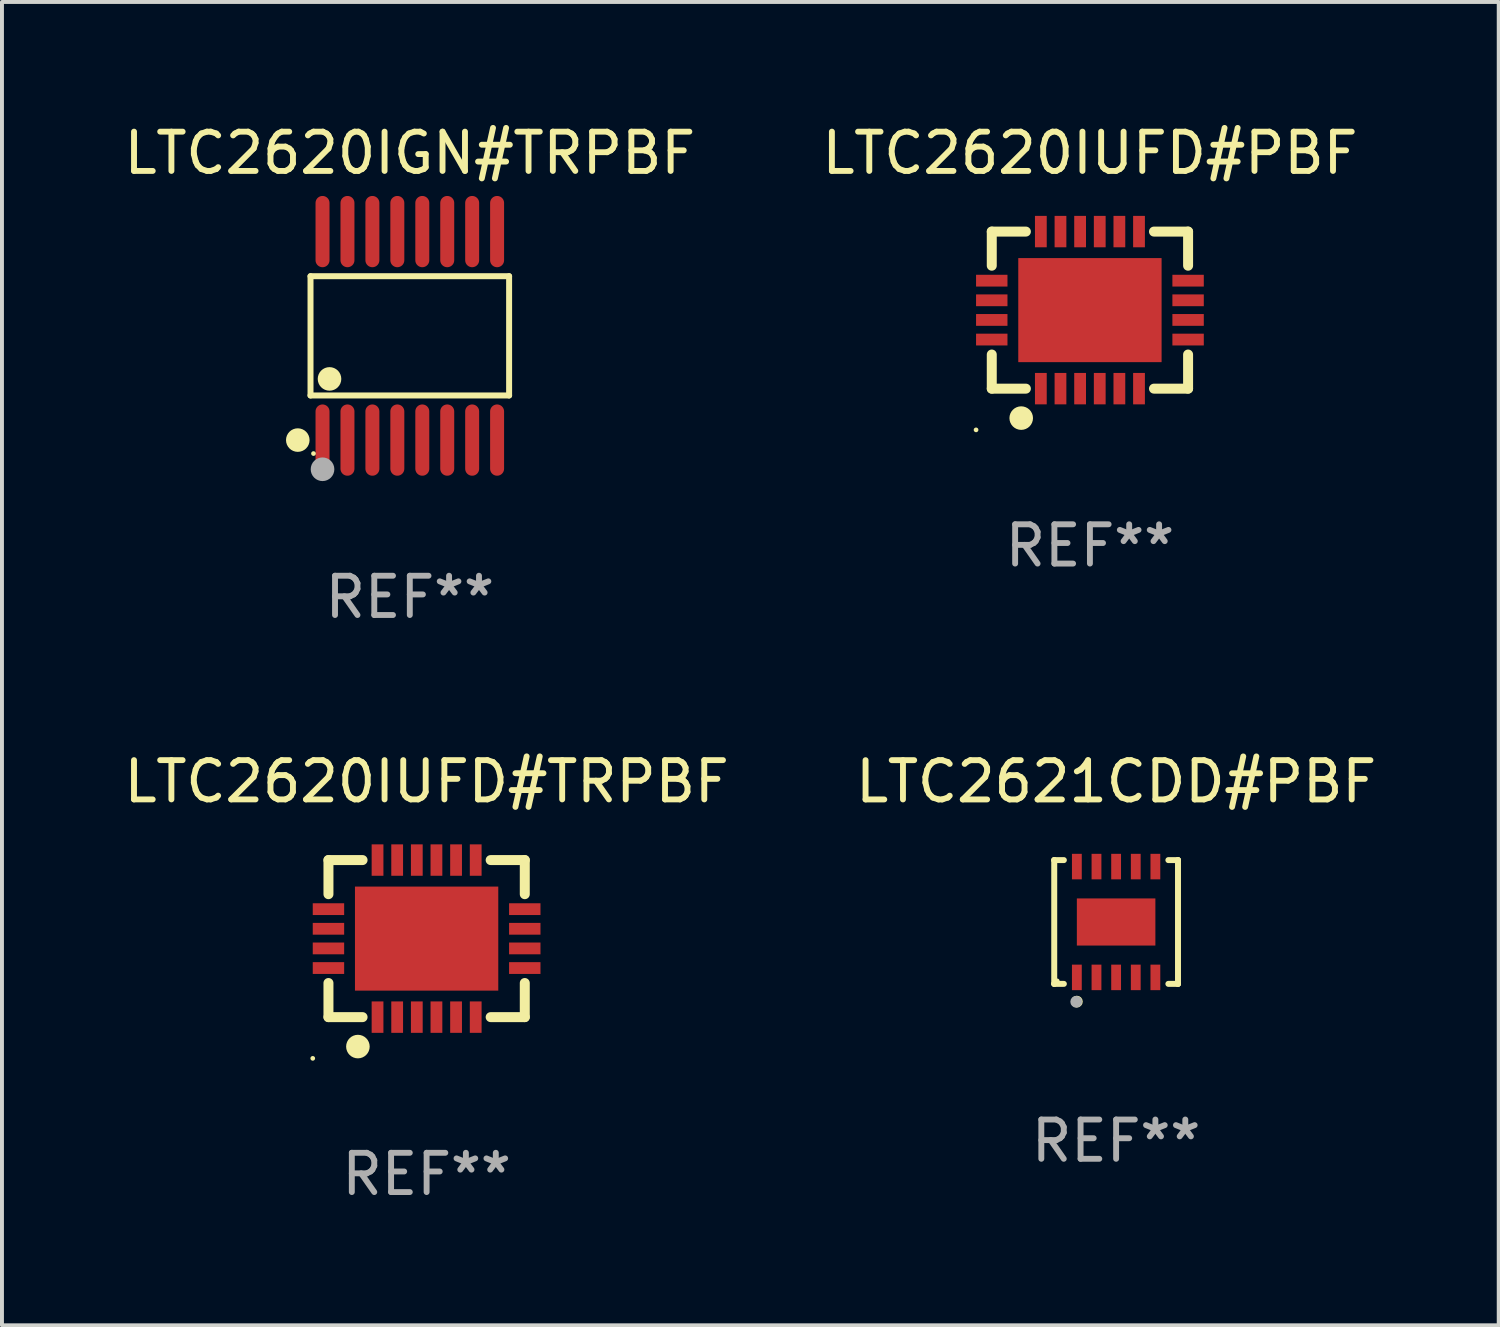
<source format=kicad_pcb>
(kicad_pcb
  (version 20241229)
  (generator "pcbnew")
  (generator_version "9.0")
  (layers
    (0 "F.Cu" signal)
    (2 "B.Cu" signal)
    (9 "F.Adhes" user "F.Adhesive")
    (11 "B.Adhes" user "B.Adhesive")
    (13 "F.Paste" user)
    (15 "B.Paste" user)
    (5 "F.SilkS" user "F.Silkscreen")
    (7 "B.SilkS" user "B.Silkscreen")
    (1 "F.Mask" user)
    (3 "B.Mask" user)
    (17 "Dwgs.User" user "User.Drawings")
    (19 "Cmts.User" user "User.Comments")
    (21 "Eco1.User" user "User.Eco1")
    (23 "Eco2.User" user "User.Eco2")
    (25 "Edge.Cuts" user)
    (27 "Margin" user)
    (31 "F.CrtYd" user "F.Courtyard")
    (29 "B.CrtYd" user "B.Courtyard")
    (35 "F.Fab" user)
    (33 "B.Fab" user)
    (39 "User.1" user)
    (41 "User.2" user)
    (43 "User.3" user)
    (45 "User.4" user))
  (footprint "LTC2621CDD#PBF"
    (layer "F.Cu")
    (at 25.375 20.431)
    (property "Reference" "LTC2621CDD#PBF" (at 0 -3.576 0) (layer "F.SilkS") (effects (font (size 1 1) (thickness 0.15))))
    (attr through_hole)
    (fp_line (start -1.576 -1.576) (end -1.576 -1.576) (stroke (width 0.152) (type solid)) (layer "F.SilkS"))
    (fp_line (start -1.576 -1.576) (end -1.331 -1.576) (stroke (width 0.152) (type solid)) (layer "F.SilkS"))
    (fp_line (start -1.576 1.576) (end -1.576 -1.576) (stroke (width 0.152) (type solid)) (layer "F.SilkS"))
    (fp_line (start -1.576 1.576) (end -1.576 1.576) (stroke (width 0.152) (type solid)) (layer "F.SilkS"))
    (fp_line (start -1.331 1.576) (end -1.576 1.576) (stroke (width 0.152) (type solid)) (layer "F.SilkS"))
    (fp_line (start 1.331 1.576) (end 1.576 1.576) (stroke (width 0.152) (type solid)) (layer "F.SilkS"))
    (fp_line (start 1.576 -1.576) (end 1.331 -1.576) (stroke (width 0.152) (type solid)) (layer "F.SilkS"))
    (fp_line (start 1.576 -1.576) (end 1.576 -1.576) (stroke (width 0.152) (type solid)) (layer "F.SilkS"))
    (fp_line (start 1.576 1.576) (end 1.576 -1.576) (stroke (width 0.152) (type solid)) (layer "F.SilkS"))
    (fp_line (start 1.576 1.576) (end 1.576 1.576) (stroke (width 0.152) (type solid)) (layer "F.SilkS"))
    (fp_circle (center -1.5 1.5) (end -1.47 1.5) (stroke (width 0.06) (type solid)) (fill no) (layer "F.SilkS"))
    (fp_circle (center -1 2.028) (end -0.925 2.028) (stroke (width 0.15) (type solid)) (fill no) (layer "F.SilkS"))
    (fp_circle (center -1.016 2.032) (end -0.941 2.032) (stroke (width 0.15) (type solid)) (fill no) (layer "F.Fab"))
    (fp_text user "REF**" (at 0 5.576 0) (layer "F.Fab") (effects (font (size 1 1) (thickness 0.15))))
    (pad "1" smd rect (at -1 1.411) (size 0.25 0.65) (layers "F.Cu" "F.Mask" "F.Paste"))
    (pad "2" smd rect (at -0.5 1.411) (size 0.25 0.65) (layers "F.Cu" "F.Mask" "F.Paste"))
    (pad "3" smd rect (at 0 1.411) (size 0.25 0.65) (layers "F.Cu" "F.Mask" "F.Paste"))
    (pad "4" smd rect (at 0.5 1.411) (size 0.25 0.65) (layers "F.Cu" "F.Mask" "F.Paste"))
    (pad "5" smd rect (at 1 1.411) (size 0.25 0.65) (layers "F.Cu" "F.Mask" "F.Paste"))
    (pad "6" smd rect (at 1 -1.411) (size 0.25 0.65) (layers "F.Cu" "F.Mask" "F.Paste"))
    (pad "7" smd rect (at 0.5 -1.411) (size 0.25 0.65) (layers "F.Cu" "F.Mask" "F.Paste"))
    (pad "8" smd rect (at 0 -1.411) (size 0.25 0.65) (layers "F.Cu" "F.Mask" "F.Paste"))
    (pad "9" smd rect (at -0.5 -1.411) (size 0.25 0.65) (layers "F.Cu" "F.Mask" "F.Paste"))
    (pad "10" smd rect (at -1 -1.411) (size 0.25 0.65) (layers "F.Cu" "F.Mask" "F.Paste"))
    (pad "11" smd rect (at 0 0) (size 2 1.2) (layers "F.Cu" "F.Mask" "F.Paste")))
  (footprint "LTC2620IUFD#PBF"
    (layer "F.Cu")
    (at 24.708 4.848)
    (property "Reference" "LTC2620IUFD#PBF" (at 0 -4 0) (layer "F.SilkS") (effects (font (size 1 1) (thickness 0.15))))
    (attr through_hole)
    (fp_line (start -2.5 -2) (end -1.631 -2) (stroke (width 0.254) (type solid)) (layer "F.SilkS"))
    (fp_line (start -2.5 -1.131) (end -2.5 -2) (stroke (width 0.254) (type solid)) (layer "F.SilkS"))
    (fp_line (start -2.5 2) (end -2.5 1.131) (stroke (width 0.254) (type solid)) (layer "F.SilkS"))
    (fp_line (start -1.631 2) (end -2.5 2) (stroke (width 0.254) (type solid)) (layer "F.SilkS"))
    (fp_line (start 1.631 -2) (end 2.5 -2) (stroke (width 0.254) (type solid)) (layer "F.SilkS"))
    (fp_line (start 2.5 -2) (end 2.5 -1.131) (stroke (width 0.254) (type solid)) (layer "F.SilkS"))
    (fp_line (start 2.5 1.131) (end 2.5 2) (stroke (width 0.254) (type solid)) (layer "F.SilkS"))
    (fp_line (start 2.5 2) (end 1.631 2) (stroke (width 0.254) (type solid)) (layer "F.SilkS"))
    (fp_circle (center -2.9 3.05) (end -2.87 3.05) (stroke (width 0.06) (type solid)) (fill no) (layer "F.SilkS"))
    (fp_circle (center -1.75 2.75) (end -1.6 2.75) (stroke (width 0.3) (type solid)) (fill no) (layer "F.SilkS"))
    (fp_text user "REF**" (at 0 6 0) (layer "F.Fab") (effects (font (size 1 1) (thickness 0.15))))
    (pad "1" smd rect (at -1.25 2 90) (size 0.8 0.3) (layers "F.Cu" "F.Mask" "F.Paste"))
    (pad "2" smd rect (at -0.75 2 90) (size 0.8 0.3) (layers "F.Cu" "F.Mask" "F.Paste"))
    (pad "3" smd rect (at -0.25 2 90) (size 0.8 0.3) (layers "F.Cu" "F.Mask" "F.Paste"))
    (pad "4" smd rect (at 0.25 2 90) (size 0.8 0.3) (layers "F.Cu" "F.Mask" "F.Paste"))
    (pad "5" smd rect (at 0.75 2 90) (size 0.8 0.3) (layers "F.Cu" "F.Mask" "F.Paste"))
    (pad "6" smd rect (at 1.25 2 90) (size 0.8 0.3) (layers "F.Cu" "F.Mask" "F.Paste"))
    (pad "7" smd rect (at 2.5 0.75 180) (size 0.8 0.3) (layers "F.Cu" "F.Mask" "F.Paste"))
    (pad "8" smd rect (at 2.5 0.25 180) (size 0.8 0.3) (layers "F.Cu" "F.Mask" "F.Paste"))
    (pad "9" smd rect (at 2.5 -0.25 180) (size 0.8 0.3) (layers "F.Cu" "F.Mask" "F.Paste"))
    (pad "10" smd rect (at 2.5 -0.75 180) (size 0.8 0.3) (layers "F.Cu" "F.Mask" "F.Paste"))
    (pad "11" smd rect (at 1.25 -2 270) (size 0.8 0.3) (layers "F.Cu" "F.Mask" "F.Paste"))
    (pad "12" smd rect (at 0.75 -2 270) (size 0.8 0.3) (layers "F.Cu" "F.Mask" "F.Paste"))
    (pad "13" smd rect (at 0.25 -2 270) (size 0.8 0.3) (layers "F.Cu" "F.Mask" "F.Paste"))
    (pad "14" smd rect (at -0.25 -2 270) (size 0.8 0.3) (layers "F.Cu" "F.Mask" "F.Paste"))
    (pad "15" smd rect (at -0.75 -2 270) (size 0.8 0.3) (layers "F.Cu" "F.Mask" "F.Paste"))
    (pad "16" smd rect (at -1.25 -2 270) (size 0.8 0.3) (layers "F.Cu" "F.Mask" "F.Paste"))
    (pad "17" smd rect (at -2.5 -0.75) (size 0.8 0.3) (layers "F.Cu" "F.Mask" "F.Paste"))
    (pad "18" smd rect (at -2.5 -0.25) (size 0.8 0.3) (layers "F.Cu" "F.Mask" "F.Paste"))
    (pad "19" smd rect (at -2.5 0.25) (size 0.8 0.3) (layers "F.Cu" "F.Mask" "F.Paste"))
    (pad "20" smd rect (at -2.5 0.75) (size 0.8 0.3) (layers "F.Cu" "F.Mask" "F.Paste"))
    (pad "21" smd rect (at 0 0) (size 3.65 2.65) (layers "F.Cu" "F.Mask" "F.Paste")))
  (footprint "LTC2620IGN#TRPBF"
    (layer "F.Cu")
    (at 7.387 5.503)
    (property "Reference" "LTC2620IGN#TRPBF" (at 0 -4.655 0) (layer "F.SilkS") (effects (font (size 1 1) (thickness 0.15))))
    (attr through_hole)
    (fp_line (start -2.529 -1.519) (end 2.529 -1.519) (stroke (width 0.152) (type solid)) (layer "F.SilkS"))
    (fp_line (start -2.529 1.519) (end -2.529 -1.519) (stroke (width 0.152) (type solid)) (layer "F.SilkS"))
    (fp_line (start 2.529 -1.519) (end 2.529 1.519) (stroke (width 0.152) (type solid)) (layer "F.SilkS"))
    (fp_line (start 2.529 1.519) (end -2.529 1.519) (stroke (width 0.152) (type solid)) (layer "F.SilkS"))
    (fp_circle (center -2.853 2.655) (end -2.703 2.655) (stroke (width 0.3) (type solid)) (fill no) (layer "F.SilkS"))
    (fp_circle (center -2.453 2.998) (end -2.423 2.998) (stroke (width 0.06) (type solid)) (fill no) (layer "F.SilkS"))
    (fp_circle (center -2.045 1.097) (end -1.895 1.097) (stroke (width 0.3) (type solid)) (fill no) (layer "F.SilkS"))
    (fp_circle (center -2.223 3.398) (end -2.072 3.398) (stroke (width 0.3) (type solid)) (fill no) (layer "F.Fab"))
    (fp_text user "REF**" (at 0 6.655 0) (layer "F.Fab") (effects (font (size 1 1) (thickness 0.15))))
    (pad "1" smd oval (at -2.223 2.655) (size 0.356 1.815) (layers "F.Cu" "F.Mask" "F.Paste"))
    (pad "2" smd oval (at -1.588 2.655) (size 0.356 1.815) (layers "F.Cu" "F.Mask" "F.Paste"))
    (pad "3" smd oval (at -0.953 2.655) (size 0.356 1.815) (layers "F.Cu" "F.Mask" "F.Paste"))
    (pad "4" smd oval (at -0.318 2.655) (size 0.356 1.815) (layers "F.Cu" "F.Mask" "F.Paste"))
    (pad "5" smd oval (at 0.318 2.655) (size 0.356 1.815) (layers "F.Cu" "F.Mask" "F.Paste"))
    (pad "6" smd oval (at 0.953 2.655) (size 0.356 1.815) (layers "F.Cu" "F.Mask" "F.Paste"))
    (pad "7" smd oval (at 1.588 2.655) (size 0.356 1.815) (layers "F.Cu" "F.Mask" "F.Paste"))
    (pad "8" smd oval (at 2.223 2.655) (size 0.356 1.815) (layers "F.Cu" "F.Mask" "F.Paste"))
    (pad "9" smd oval (at 2.223 -2.655) (size 0.356 1.815) (layers "F.Cu" "F.Mask" "F.Paste"))
    (pad "10" smd oval (at 1.588 -2.655) (size 0.356 1.815) (layers "F.Cu" "F.Mask" "F.Paste"))
    (pad "11" smd oval (at 0.953 -2.655) (size 0.356 1.815) (layers "F.Cu" "F.Mask" "F.Paste"))
    (pad "12" smd oval (at 0.318 -2.655) (size 0.356 1.815) (layers "F.Cu" "F.Mask" "F.Paste"))
    (pad "13" smd oval (at -0.318 -2.655) (size 0.356 1.815) (layers "F.Cu" "F.Mask" "F.Paste"))
    (pad "14" smd oval (at -0.953 -2.655) (size 0.356 1.815) (layers "F.Cu" "F.Mask" "F.Paste"))
    (pad "15" smd oval (at -1.588 -2.655) (size 0.356 1.815) (layers "F.Cu" "F.Mask" "F.Paste"))
    (pad "16" smd oval (at -2.223 -2.655) (size 0.356 1.815) (layers "F.Cu" "F.Mask" "F.Paste")))
  (footprint "LTC2620IUFD#TRPBF"
    (layer "F.Cu")
    (at 7.815 20.854)
    (property "Reference" "LTC2620IUFD#TRPBF" (at 0 -4 0) (layer "F.SilkS") (effects (font (size 1 1) (thickness 0.15))))
    (attr through_hole)
    (fp_line (start -2.5 -2) (end -1.631 -2) (stroke (width 0.254) (type solid)) (layer "F.SilkS"))
    (fp_line (start -2.5 -1.131) (end -2.5 -2) (stroke (width 0.254) (type solid)) (layer "F.SilkS"))
    (fp_line (start -2.5 2) (end -2.5 1.131) (stroke (width 0.254) (type solid)) (layer "F.SilkS"))
    (fp_line (start -1.631 2) (end -2.5 2) (stroke (width 0.254) (type solid)) (layer "F.SilkS"))
    (fp_line (start 1.631 -2) (end 2.5 -2) (stroke (width 0.254) (type solid)) (layer "F.SilkS"))
    (fp_line (start 2.5 -2) (end 2.5 -1.131) (stroke (width 0.254) (type solid)) (layer "F.SilkS"))
    (fp_line (start 2.5 1.131) (end 2.5 2) (stroke (width 0.254) (type solid)) (layer "F.SilkS"))
    (fp_line (start 2.5 2) (end 1.631 2) (stroke (width 0.254) (type solid)) (layer "F.SilkS"))
    (fp_circle (center -2.9 3.05) (end -2.87 3.05) (stroke (width 0.06) (type solid)) (fill no) (layer "F.SilkS"))
    (fp_circle (center -1.75 2.75) (end -1.6 2.75) (stroke (width 0.3) (type solid)) (fill no) (layer "F.SilkS"))
    (fp_text user "REF**" (at 0 6 0) (layer "F.Fab") (effects (font (size 1 1) (thickness 0.15))))
    (pad "1" smd rect (at -1.25 2 90) (size 0.8 0.3) (layers "F.Cu" "F.Mask" "F.Paste"))
    (pad "2" smd rect (at -0.75 2 90) (size 0.8 0.3) (layers "F.Cu" "F.Mask" "F.Paste"))
    (pad "3" smd rect (at -0.25 2 90) (size 0.8 0.3) (layers "F.Cu" "F.Mask" "F.Paste"))
    (pad "4" smd rect (at 0.25 2 90) (size 0.8 0.3) (layers "F.Cu" "F.Mask" "F.Paste"))
    (pad "5" smd rect (at 0.75 2 90) (size 0.8 0.3) (layers "F.Cu" "F.Mask" "F.Paste"))
    (pad "6" smd rect (at 1.25 2 90) (size 0.8 0.3) (layers "F.Cu" "F.Mask" "F.Paste"))
    (pad "7" smd rect (at 2.5 0.75 180) (size 0.8 0.3) (layers "F.Cu" "F.Mask" "F.Paste"))
    (pad "8" smd rect (at 2.5 0.25 180) (size 0.8 0.3) (layers "F.Cu" "F.Mask" "F.Paste"))
    (pad "9" smd rect (at 2.5 -0.25 180) (size 0.8 0.3) (layers "F.Cu" "F.Mask" "F.Paste"))
    (pad "10" smd rect (at 2.5 -0.75 180) (size 0.8 0.3) (layers "F.Cu" "F.Mask" "F.Paste"))
    (pad "11" smd rect (at 1.25 -2 270) (size 0.8 0.3) (layers "F.Cu" "F.Mask" "F.Paste"))
    (pad "12" smd rect (at 0.75 -2 270) (size 0.8 0.3) (layers "F.Cu" "F.Mask" "F.Paste"))
    (pad "13" smd rect (at 0.25 -2 270) (size 0.8 0.3) (layers "F.Cu" "F.Mask" "F.Paste"))
    (pad "14" smd rect (at -0.25 -2 270) (size 0.8 0.3) (layers "F.Cu" "F.Mask" "F.Paste"))
    (pad "15" smd rect (at -0.75 -2 270) (size 0.8 0.3) (layers "F.Cu" "F.Mask" "F.Paste"))
    (pad "16" smd rect (at -1.25 -2 270) (size 0.8 0.3) (layers "F.Cu" "F.Mask" "F.Paste"))
    (pad "17" smd rect (at -2.5 -0.75) (size 0.8 0.3) (layers "F.Cu" "F.Mask" "F.Paste"))
    (pad "18" smd rect (at -2.5 -0.25) (size 0.8 0.3) (layers "F.Cu" "F.Mask" "F.Paste"))
    (pad "19" smd rect (at -2.5 0.25) (size 0.8 0.3) (layers "F.Cu" "F.Mask" "F.Paste"))
    (pad "20" smd rect (at -2.5 0.75) (size 0.8 0.3) (layers "F.Cu" "F.Mask" "F.Paste"))
    (pad "21" smd rect (at 0 0) (size 3.65 2.65) (layers "F.Cu" "F.Mask" "F.Paste")))
  (gr_rect
    (start -3 -3)
    (end 35.119 30.703)
    (stroke (width 0.1) (type default))
    (fill no)
    (layer "Edge.Cuts")))
</source>
